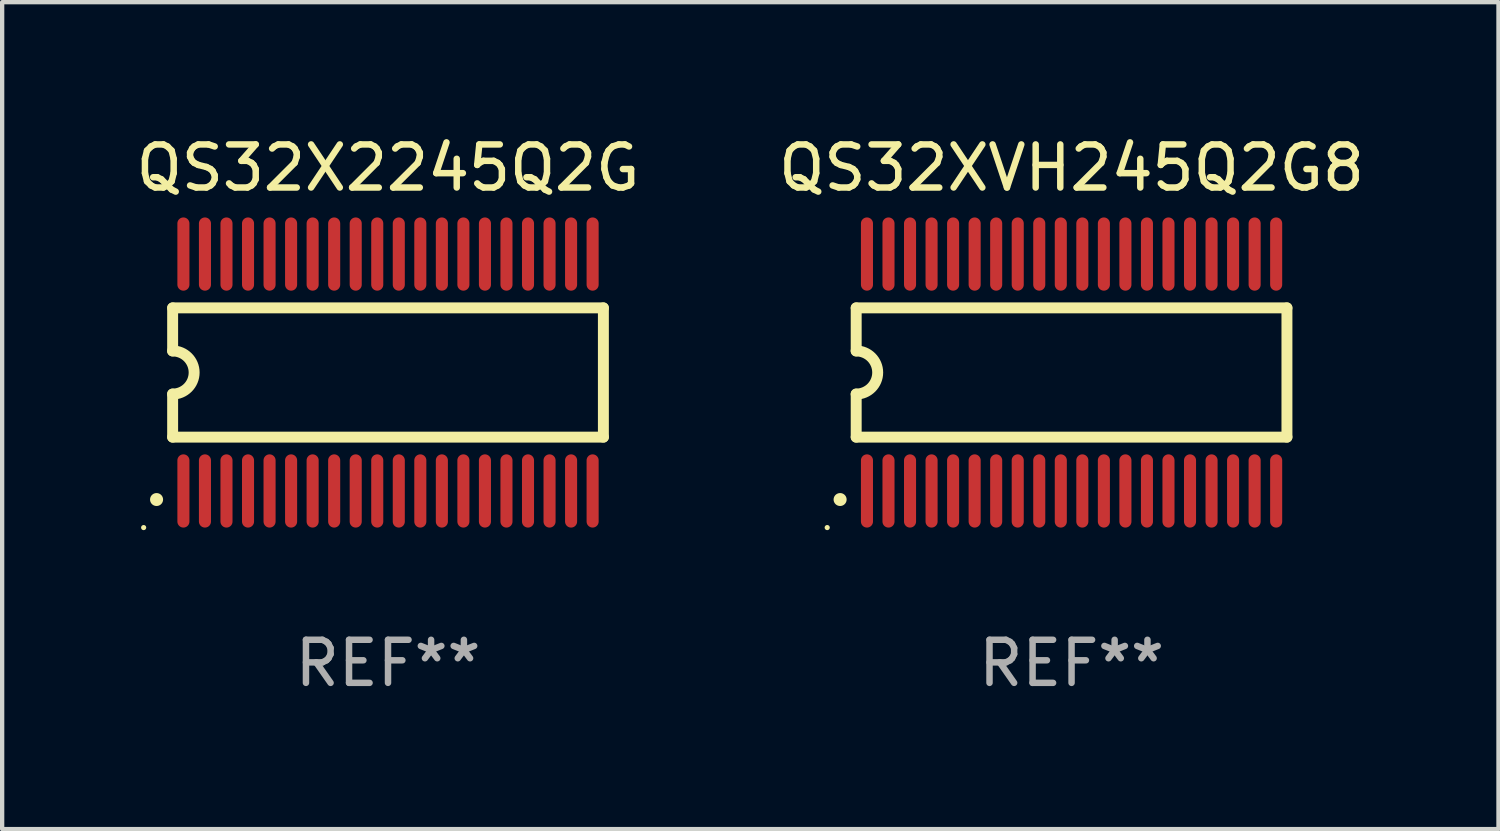
<source format=kicad_pcb>
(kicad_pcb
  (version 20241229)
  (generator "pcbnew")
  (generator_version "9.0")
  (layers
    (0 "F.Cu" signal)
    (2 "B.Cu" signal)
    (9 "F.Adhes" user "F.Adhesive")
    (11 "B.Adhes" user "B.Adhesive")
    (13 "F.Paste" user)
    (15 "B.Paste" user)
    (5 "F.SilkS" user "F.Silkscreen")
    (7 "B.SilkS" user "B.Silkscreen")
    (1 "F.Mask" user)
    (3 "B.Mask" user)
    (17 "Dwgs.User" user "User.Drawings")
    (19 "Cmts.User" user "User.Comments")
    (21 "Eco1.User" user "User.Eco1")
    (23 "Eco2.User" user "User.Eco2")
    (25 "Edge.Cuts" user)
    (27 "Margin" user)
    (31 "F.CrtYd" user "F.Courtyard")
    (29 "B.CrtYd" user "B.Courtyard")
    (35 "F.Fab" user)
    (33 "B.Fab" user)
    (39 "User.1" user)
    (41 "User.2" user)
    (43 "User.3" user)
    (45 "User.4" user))
  (footprint "QS32X2245Q2G"
    (layer "F.Cu")
    (at 5.958 5.598)
    (property "Reference" "QS32X2245Q2G" (at 0 -4.75 0) (layer "F.SilkS") (effects (font (size 1 1) (thickness 0.15))))
    (attr through_hole)
    (fp_line (start -5 -1.5) (end 5 -1.5) (stroke (width 0.254) (type solid)) (layer "F.SilkS"))
    (fp_line (start -5 -0.5) (end -5 -1.5) (stroke (width 0.254) (type solid)) (layer "F.SilkS"))
    (fp_line (start -5 1.5) (end -5 0.5) (stroke (width 0.254) (type solid)) (layer "F.SilkS"))
    (fp_line (start 5 -1.5) (end 5 1.5) (stroke (width 0.254) (type solid)) (layer "F.SilkS"))
    (fp_line (start 5 1.5) (end -5 1.5) (stroke (width 0.254) (type solid)) (layer "F.SilkS"))
    (fp_arc (start -5.374663 2.948946) (mid -5.373393 2.948941) (end -5.372123 2.948946) (stroke (width 0.3) (type solid)) (layer "F.SilkS"))
    (fp_arc (start -5.001283 -0.500381) (mid -4.501283 0) (end -5.001283 0.500381) (stroke (width 0.254001) (type solid)) (layer "F.SilkS"))
    (fp_circle (center -5.673 3.6) (end -5.643 3.6) (stroke (width 0.06) (type solid)) (fill no) (layer "F.SilkS"))
    (fp_text user "REF**" (at 0 6.75 0) (layer "F.Fab") (effects (font (size 1 1) (thickness 0.15))))
    (pad "1" smd oval (at -4.75 2.75 270) (size 1.7 0.28) (layers "F.Cu" "F.Mask" "F.Paste"))
    (pad "2" smd oval (at -4.25 2.75 270) (size 1.7 0.28) (layers "F.Cu" "F.Mask" "F.Paste"))
    (pad "3" smd oval (at -3.75 2.75 270) (size 1.7 0.28) (layers "F.Cu" "F.Mask" "F.Paste"))
    (pad "4" smd oval (at -3.25 2.75 270) (size 1.7 0.28) (layers "F.Cu" "F.Mask" "F.Paste"))
    (pad "5" smd oval (at -2.75 2.75 270) (size 1.7 0.28) (layers "F.Cu" "F.Mask" "F.Paste"))
    (pad "6" smd oval (at -2.25 2.75 270) (size 1.7 0.28) (layers "F.Cu" "F.Mask" "F.Paste"))
    (pad "7" smd oval (at -1.75 2.75 270) (size 1.7 0.28) (layers "F.Cu" "F.Mask" "F.Paste"))
    (pad "8" smd oval (at -1.25 2.75 270) (size 1.7 0.28) (layers "F.Cu" "F.Mask" "F.Paste"))
    (pad "9" smd oval (at -0.75 2.75 270) (size 1.7 0.28) (layers "F.Cu" "F.Mask" "F.Paste"))
    (pad "10" smd oval (at -0.25 2.75 270) (size 1.7 0.28) (layers "F.Cu" "F.Mask" "F.Paste"))
    (pad "11" smd oval (at 0.25 2.75 270) (size 1.7 0.28) (layers "F.Cu" "F.Mask" "F.Paste"))
    (pad "12" smd oval (at 0.75 2.75 270) (size 1.7 0.28) (layers "F.Cu" "F.Mask" "F.Paste"))
    (pad "13" smd oval (at 1.25 2.75 270) (size 1.7 0.28) (layers "F.Cu" "F.Mask" "F.Paste"))
    (pad "14" smd oval (at 1.75 2.75 270) (size 1.7 0.28) (layers "F.Cu" "F.Mask" "F.Paste"))
    (pad "15" smd oval (at 2.25 2.75 270) (size 1.7 0.28) (layers "F.Cu" "F.Mask" "F.Paste"))
    (pad "16" smd oval (at 2.75 2.75 270) (size 1.7 0.28) (layers "F.Cu" "F.Mask" "F.Paste"))
    (pad "17" smd oval (at 3.25 2.75 270) (size 1.7 0.28) (layers "F.Cu" "F.Mask" "F.Paste"))
    (pad "18" smd oval (at 3.75 2.75 270) (size 1.7 0.28) (layers "F.Cu" "F.Mask" "F.Paste"))
    (pad "19" smd oval (at 4.25 2.75 270) (size 1.7 0.28) (layers "F.Cu" "F.Mask" "F.Paste"))
    (pad "20" smd oval (at 4.75 2.75 270) (size 1.7 0.28) (layers "F.Cu" "F.Mask" "F.Paste"))
    (pad "21" smd oval (at 4.75 -2.75 90) (size 1.7 0.28) (layers "F.Cu" "F.Mask" "F.Paste"))
    (pad "22" smd oval (at 4.25 -2.75 90) (size 1.7 0.28) (layers "F.Cu" "F.Mask" "F.Paste"))
    (pad "23" smd oval (at 3.75 -2.75 90) (size 1.7 0.28) (layers "F.Cu" "F.Mask" "F.Paste"))
    (pad "24" smd oval (at 3.25 -2.75 90) (size 1.7 0.28) (layers "F.Cu" "F.Mask" "F.Paste"))
    (pad "25" smd oval (at 2.75 -2.75 90) (size 1.7 0.28) (layers "F.Cu" "F.Mask" "F.Paste"))
    (pad "26" smd oval (at 2.25 -2.75 90) (size 1.7 0.28) (layers "F.Cu" "F.Mask" "F.Paste"))
    (pad "27" smd oval (at 1.75 -2.75 90) (size 1.7 0.28) (layers "F.Cu" "F.Mask" "F.Paste"))
    (pad "28" smd oval (at 1.25 -2.75 90) (size 1.7 0.28) (layers "F.Cu" "F.Mask" "F.Paste"))
    (pad "29" smd oval (at 0.75 -2.75 90) (size 1.7 0.28) (layers "F.Cu" "F.Mask" "F.Paste"))
    (pad "30" smd oval (at 0.25 -2.75 90) (size 1.7 0.28) (layers "F.Cu" "F.Mask" "F.Paste"))
    (pad "31" smd oval (at -0.25 -2.75 90) (size 1.7 0.28) (layers "F.Cu" "F.Mask" "F.Paste"))
    (pad "32" smd oval (at -0.75 -2.75 90) (size 1.7 0.28) (layers "F.Cu" "F.Mask" "F.Paste"))
    (pad "33" smd oval (at -1.25 -2.75 90) (size 1.7 0.28) (layers "F.Cu" "F.Mask" "F.Paste"))
    (pad "34" smd oval (at -1.75 -2.75 90) (size 1.7 0.28) (layers "F.Cu" "F.Mask" "F.Paste"))
    (pad "35" smd oval (at -2.25 -2.75 90) (size 1.7 0.28) (layers "F.Cu" "F.Mask" "F.Paste"))
    (pad "36" smd oval (at -2.75 -2.75 90) (size 1.7 0.28) (layers "F.Cu" "F.Mask" "F.Paste"))
    (pad "37" smd oval (at -3.25 -2.75 90) (size 1.7 0.28) (layers "F.Cu" "F.Mask" "F.Paste"))
    (pad "38" smd oval (at -3.75 -2.75 90) (size 1.7 0.28) (layers "F.Cu" "F.Mask" "F.Paste"))
    (pad "39" smd oval (at -4.25 -2.75 90) (size 1.7 0.28) (layers "F.Cu" "F.Mask" "F.Paste"))
    (pad "40" smd oval (at -4.75 -2.75 90) (size 1.7 0.28) (layers "F.Cu" "F.Mask" "F.Paste")))
  (footprint "QS32XVH245Q2G8"
    (layer "F.Cu")
    (at 21.827 5.598)
    (property "Reference" "QS32XVH245Q2G8" (at 0 -4.75 0) (layer "F.SilkS") (effects (font (size 1 1) (thickness 0.15))))
    (attr through_hole)
    (fp_line (start -5 -1.5) (end 5 -1.5) (stroke (width 0.254) (type solid)) (layer "F.SilkS"))
    (fp_line (start -5 -0.5) (end -5 -1.5) (stroke (width 0.254) (type solid)) (layer "F.SilkS"))
    (fp_line (start -5 1.5) (end -5 0.5) (stroke (width 0.254) (type solid)) (layer "F.SilkS"))
    (fp_line (start 5 -1.5) (end 5 1.5) (stroke (width 0.254) (type solid)) (layer "F.SilkS"))
    (fp_line (start 5 1.5) (end -5 1.5) (stroke (width 0.254) (type solid)) (layer "F.SilkS"))
    (fp_arc (start -5.374663 2.948946) (mid -5.373393 2.948941) (end -5.372123 2.948946) (stroke (width 0.3) (type solid)) (layer "F.SilkS"))
    (fp_arc (start -5.001283 -0.500381) (mid -4.501283 0) (end -5.001283 0.500381) (stroke (width 0.254001) (type solid)) (layer "F.SilkS"))
    (fp_circle (center -5.673 3.6) (end -5.643 3.6) (stroke (width 0.06) (type solid)) (fill no) (layer "F.SilkS"))
    (fp_text user "REF**" (at 0 6.75 0) (layer "F.Fab") (effects (font (size 1 1) (thickness 0.15))))
    (pad "1" smd oval (at -4.75 2.75 270) (size 1.7 0.28) (layers "F.Cu" "F.Mask" "F.Paste"))
    (pad "2" smd oval (at -4.25 2.75 270) (size 1.7 0.28) (layers "F.Cu" "F.Mask" "F.Paste"))
    (pad "3" smd oval (at -3.75 2.75 270) (size 1.7 0.28) (layers "F.Cu" "F.Mask" "F.Paste"))
    (pad "4" smd oval (at -3.25 2.75 270) (size 1.7 0.28) (layers "F.Cu" "F.Mask" "F.Paste"))
    (pad "5" smd oval (at -2.75 2.75 270) (size 1.7 0.28) (layers "F.Cu" "F.Mask" "F.Paste"))
    (pad "6" smd oval (at -2.25 2.75 270) (size 1.7 0.28) (layers "F.Cu" "F.Mask" "F.Paste"))
    (pad "7" smd oval (at -1.75 2.75 270) (size 1.7 0.28) (layers "F.Cu" "F.Mask" "F.Paste"))
    (pad "8" smd oval (at -1.25 2.75 270) (size 1.7 0.28) (layers "F.Cu" "F.Mask" "F.Paste"))
    (pad "9" smd oval (at -0.75 2.75 270) (size 1.7 0.28) (layers "F.Cu" "F.Mask" "F.Paste"))
    (pad "10" smd oval (at -0.25 2.75 270) (size 1.7 0.28) (layers "F.Cu" "F.Mask" "F.Paste"))
    (pad "11" smd oval (at 0.25 2.75 270) (size 1.7 0.28) (layers "F.Cu" "F.Mask" "F.Paste"))
    (pad "12" smd oval (at 0.75 2.75 270) (size 1.7 0.28) (layers "F.Cu" "F.Mask" "F.Paste"))
    (pad "13" smd oval (at 1.25 2.75 270) (size 1.7 0.28) (layers "F.Cu" "F.Mask" "F.Paste"))
    (pad "14" smd oval (at 1.75 2.75 270) (size 1.7 0.28) (layers "F.Cu" "F.Mask" "F.Paste"))
    (pad "15" smd oval (at 2.25 2.75 270) (size 1.7 0.28) (layers "F.Cu" "F.Mask" "F.Paste"))
    (pad "16" smd oval (at 2.75 2.75 270) (size 1.7 0.28) (layers "F.Cu" "F.Mask" "F.Paste"))
    (pad "17" smd oval (at 3.25 2.75 270) (size 1.7 0.28) (layers "F.Cu" "F.Mask" "F.Paste"))
    (pad "18" smd oval (at 3.75 2.75 270) (size 1.7 0.28) (layers "F.Cu" "F.Mask" "F.Paste"))
    (pad "19" smd oval (at 4.25 2.75 270) (size 1.7 0.28) (layers "F.Cu" "F.Mask" "F.Paste"))
    (pad "20" smd oval (at 4.75 2.75 270) (size 1.7 0.28) (layers "F.Cu" "F.Mask" "F.Paste"))
    (pad "21" smd oval (at 4.75 -2.75 90) (size 1.7 0.28) (layers "F.Cu" "F.Mask" "F.Paste"))
    (pad "22" smd oval (at 4.25 -2.75 90) (size 1.7 0.28) (layers "F.Cu" "F.Mask" "F.Paste"))
    (pad "23" smd oval (at 3.75 -2.75 90) (size 1.7 0.28) (layers "F.Cu" "F.Mask" "F.Paste"))
    (pad "24" smd oval (at 3.25 -2.75 90) (size 1.7 0.28) (layers "F.Cu" "F.Mask" "F.Paste"))
    (pad "25" smd oval (at 2.75 -2.75 90) (size 1.7 0.28) (layers "F.Cu" "F.Mask" "F.Paste"))
    (pad "26" smd oval (at 2.25 -2.75 90) (size 1.7 0.28) (layers "F.Cu" "F.Mask" "F.Paste"))
    (pad "27" smd oval (at 1.75 -2.75 90) (size 1.7 0.28) (layers "F.Cu" "F.Mask" "F.Paste"))
    (pad "28" smd oval (at 1.25 -2.75 90) (size 1.7 0.28) (layers "F.Cu" "F.Mask" "F.Paste"))
    (pad "29" smd oval (at 0.75 -2.75 90) (size 1.7 0.28) (layers "F.Cu" "F.Mask" "F.Paste"))
    (pad "30" smd oval (at 0.25 -2.75 90) (size 1.7 0.28) (layers "F.Cu" "F.Mask" "F.Paste"))
    (pad "31" smd oval (at -0.25 -2.75 90) (size 1.7 0.28) (layers "F.Cu" "F.Mask" "F.Paste"))
    (pad "32" smd oval (at -0.75 -2.75 90) (size 1.7 0.28) (layers "F.Cu" "F.Mask" "F.Paste"))
    (pad "33" smd oval (at -1.25 -2.75 90) (size 1.7 0.28) (layers "F.Cu" "F.Mask" "F.Paste"))
    (pad "34" smd oval (at -1.75 -2.75 90) (size 1.7 0.28) (layers "F.Cu" "F.Mask" "F.Paste"))
    (pad "35" smd oval (at -2.25 -2.75 90) (size 1.7 0.28) (layers "F.Cu" "F.Mask" "F.Paste"))
    (pad "36" smd oval (at -2.75 -2.75 90) (size 1.7 0.28) (layers "F.Cu" "F.Mask" "F.Paste"))
    (pad "37" smd oval (at -3.25 -2.75 90) (size 1.7 0.28) (layers "F.Cu" "F.Mask" "F.Paste"))
    (pad "38" smd oval (at -3.75 -2.75 90) (size 1.7 0.28) (layers "F.Cu" "F.Mask" "F.Paste"))
    (pad "39" smd oval (at -4.25 -2.75 90) (size 1.7 0.28) (layers "F.Cu" "F.Mask" "F.Paste"))
    (pad "40" smd oval (at -4.75 -2.75 90) (size 1.7 0.28) (layers "F.Cu" "F.Mask" "F.Paste")))
  (gr_rect
    (start -3 -3)
    (end 31.738 16.197)
    (stroke (width 0.1) (type default))
    (fill no)
    (layer "Edge.Cuts")))
</source>
